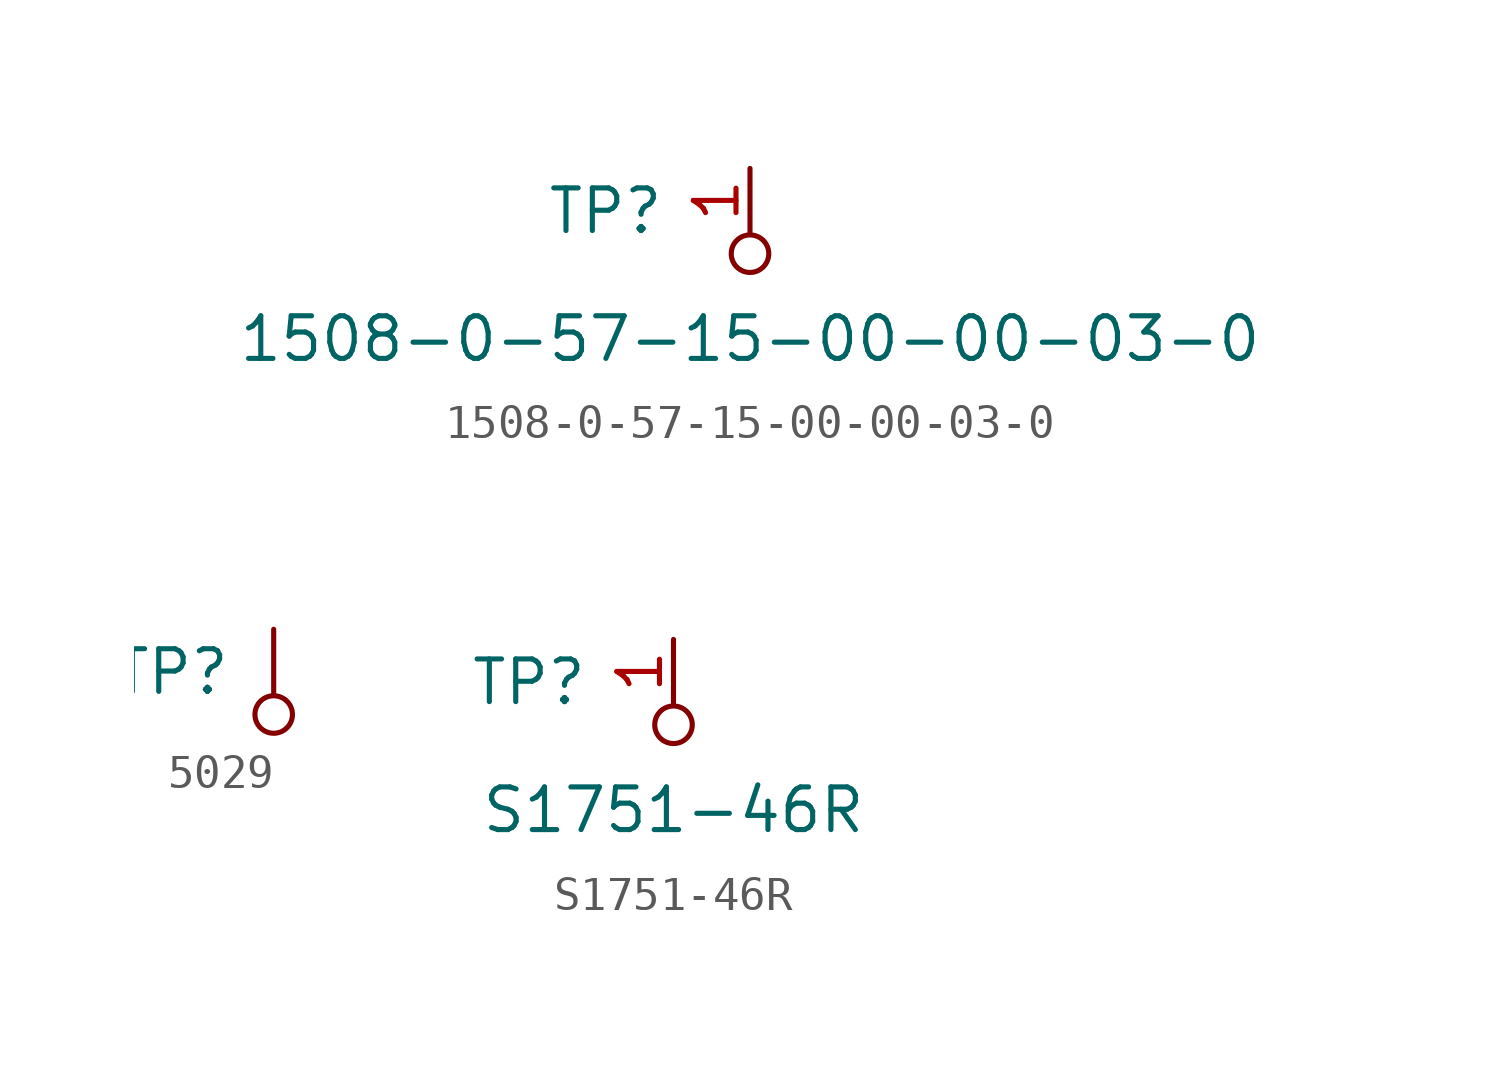
<source format=kicad_sym>
(kicad_symbol_lib
  (version 20211014)
  (generator kicad_symbol_editor)
  (symbol "1508-0-57-15-00-00-03-0"
    (pin_names
      (offset 1.016))
    (property "Reference" "TP"
      (at -2.54 1.27 0)
      (effects (font (size 1.27 1.27)) (justify right)))
    (property "Value" "1508-0-57-15-00-00-03-0"
      (at 0 -2.54 0)
      (effects (font (size 1.27 1.27))))
    (symbol "1508-0-57-15-00-00-03-0_0_1"
      (circle (center 0 0) (radius 0.559) (stroke (width 0) (type default) (color 0 0 0 0)) (fill (type none))))
    (symbol "1508-0-57-15-00-00-03-0_1_1"
      (pin passive line (at 0 2.54 270) (length 1.905) (name "~" (effects (font (size 1.27 1.27)))) (number "1" (effects (font (size 1.27 1.27)))))))
  (symbol "5029"
    (pin_numbers hide)
    (pin_names
      (offset 1.016) hide)
    (property "Reference" "TP"
      (at -1.27 1.27 0)
      (effects (font (size 1.27 1.27)) (justify right)))
    (symbol "5029_0_1"
      (circle (center 0 0) (radius 0.559) (stroke (width 0) (type default) (color 0 0 0 0)) (fill (type none))))
    (symbol "5029_1_1"
      (pin passive line (at 0 2.54 270) (length 1.905) (name "~" (effects (font (size 1.27 1.27)))) (number "1" (effects (font (size 1.27 1.27)))))))
  (symbol "S1751-46R"
    (pin_names
      (offset 1.016))
    (property "Reference" "TP"
      (at -2.54 1.27 0)
      (effects (font (size 1.27 1.27)) (justify right)))
    (property "Value" "S1751-46R"
      (at 0 -2.54 0)
      (effects (font (size 1.27 1.27))))
    (symbol "S1751-46R_0_1"
      (circle (center 0 0) (radius 0.559) (stroke (width 0) (type default) (color 0 0 0 0)) (fill (type none))))
    (symbol "S1751-46R_1_1"
      (pin passive line (at 0 2.54 270) (length 1.905) (name "~" (effects (font (size 1.27 1.27)))) (number "1" (effects (font (size 1.27 1.27))))))))
</source>
